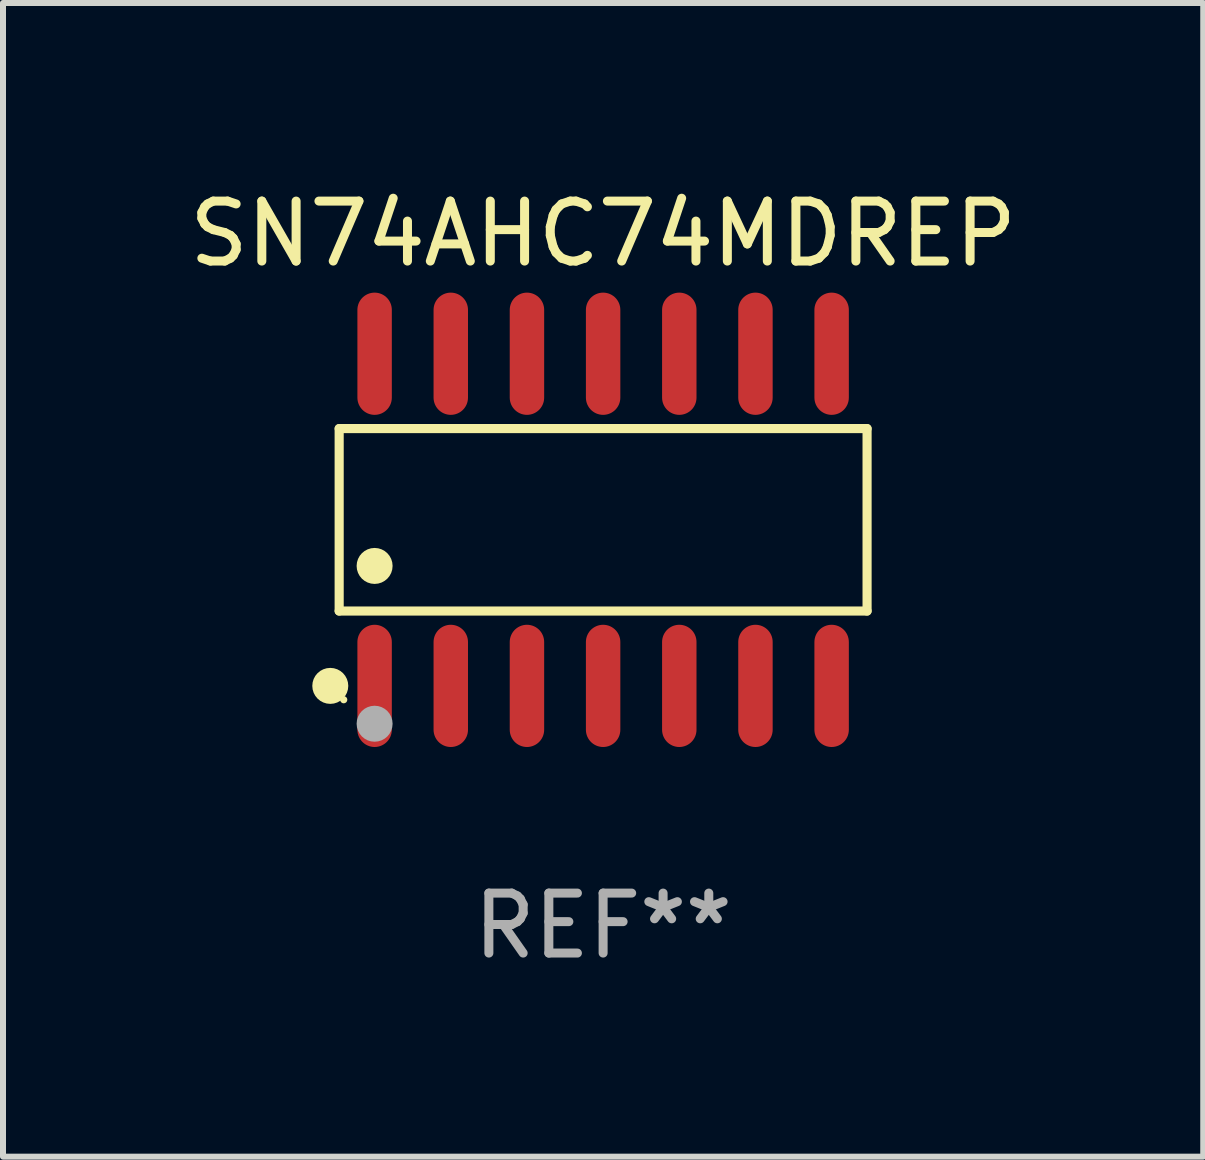
<source format=kicad_pcb>
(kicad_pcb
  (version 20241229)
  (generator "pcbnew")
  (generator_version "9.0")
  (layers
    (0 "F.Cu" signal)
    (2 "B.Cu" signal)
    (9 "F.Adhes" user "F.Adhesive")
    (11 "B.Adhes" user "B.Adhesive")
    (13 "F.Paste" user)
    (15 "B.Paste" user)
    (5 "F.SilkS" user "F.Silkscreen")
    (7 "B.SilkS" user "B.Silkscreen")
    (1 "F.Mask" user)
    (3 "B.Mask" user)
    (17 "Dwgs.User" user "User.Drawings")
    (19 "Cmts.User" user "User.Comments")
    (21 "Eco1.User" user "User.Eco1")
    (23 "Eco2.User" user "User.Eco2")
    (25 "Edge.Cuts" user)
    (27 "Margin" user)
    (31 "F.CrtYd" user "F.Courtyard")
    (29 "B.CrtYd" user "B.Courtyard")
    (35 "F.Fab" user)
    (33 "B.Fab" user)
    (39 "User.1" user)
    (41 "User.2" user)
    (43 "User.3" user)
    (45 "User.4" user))
  (footprint "SN74AHC74MDREP"
    (layer "F.Cu")
    (at 7.006 5.617)
    (property "Reference" "SN74AHC74MDREP" (at 0 -4.769 0) (layer "F.SilkS") (effects (font (size 1 1) (thickness 0.15))))
    (attr through_hole)
    (fp_line (start -4.401 -1.521) (end 4.401 -1.521) (stroke (width 0.152) (type solid)) (layer "F.SilkS"))
    (fp_line (start -4.401 1.521) (end -4.401 -1.521) (stroke (width 0.152) (type solid)) (layer "F.SilkS"))
    (fp_line (start 4.401 -1.521) (end 4.401 1.521) (stroke (width 0.152) (type solid)) (layer "F.SilkS"))
    (fp_line (start 4.401 1.521) (end -4.401 1.521) (stroke (width 0.152) (type solid)) (layer "F.SilkS"))
    (fp_circle (center -4.549 2.769) (end -4.399 2.769) (stroke (width 0.3) (type solid)) (fill no) (layer "F.SilkS"))
    (fp_circle (center -4.325 3) (end -4.295 3) (stroke (width 0.06) (type solid)) (fill no) (layer "F.SilkS"))
    (fp_circle (center -3.81 0.769) (end -3.66 0.769) (stroke (width 0.3) (type solid)) (fill no) (layer "F.SilkS"))
    (fp_circle (center -3.81 3.4) (end -3.66 3.4) (stroke (width 0.3) (type solid)) (fill no) (layer "F.Fab"))
    (fp_text user "REF**" (at 0 6.769 0) (layer "F.Fab") (effects (font (size 1 1) (thickness 0.15))))
    (pad "1" smd oval (at -3.81 2.769) (size 0.574 2.038) (layers "F.Cu" "F.Mask" "F.Paste"))
    (pad "2" smd oval (at -2.54 2.769) (size 0.574 2.038) (layers "F.Cu" "F.Mask" "F.Paste"))
    (pad "3" smd oval (at -1.27 2.769) (size 0.574 2.038) (layers "F.Cu" "F.Mask" "F.Paste"))
    (pad "4" smd oval (at 0 2.769) (size 0.574 2.038) (layers "F.Cu" "F.Mask" "F.Paste"))
    (pad "5" smd oval (at 1.27 2.769) (size 0.574 2.038) (layers "F.Cu" "F.Mask" "F.Paste"))
    (pad "6" smd oval (at 2.54 2.769) (size 0.574 2.038) (layers "F.Cu" "F.Mask" "F.Paste"))
    (pad "7" smd oval (at 3.81 2.769) (size 0.574 2.038) (layers "F.Cu" "F.Mask" "F.Paste"))
    (pad "8" smd oval (at 3.81 -2.769) (size 0.574 2.038) (layers "F.Cu" "F.Mask" "F.Paste"))
    (pad "9" smd oval (at 2.54 -2.769) (size 0.574 2.038) (layers "F.Cu" "F.Mask" "F.Paste"))
    (pad "10" smd oval (at 1.27 -2.769) (size 0.574 2.038) (layers "F.Cu" "F.Mask" "F.Paste"))
    (pad "11" smd oval (at 0 -2.769) (size 0.574 2.038) (layers "F.Cu" "F.Mask" "F.Paste"))
    (pad "12" smd oval (at -1.27 -2.769) (size 0.574 2.038) (layers "F.Cu" "F.Mask" "F.Paste"))
    (pad "13" smd oval (at -2.54 -2.769) (size 0.574 2.038) (layers "F.Cu" "F.Mask" "F.Paste"))
    (pad "14" smd oval (at -3.81 -2.769) (size 0.574 2.038) (layers "F.Cu" "F.Mask" "F.Paste")))
  (gr_rect
    (start -3 -3)
    (end 17.012 16.235)
    (stroke (width 0.1) (type default))
    (fill no)
    (layer "Edge.Cuts")))
</source>
